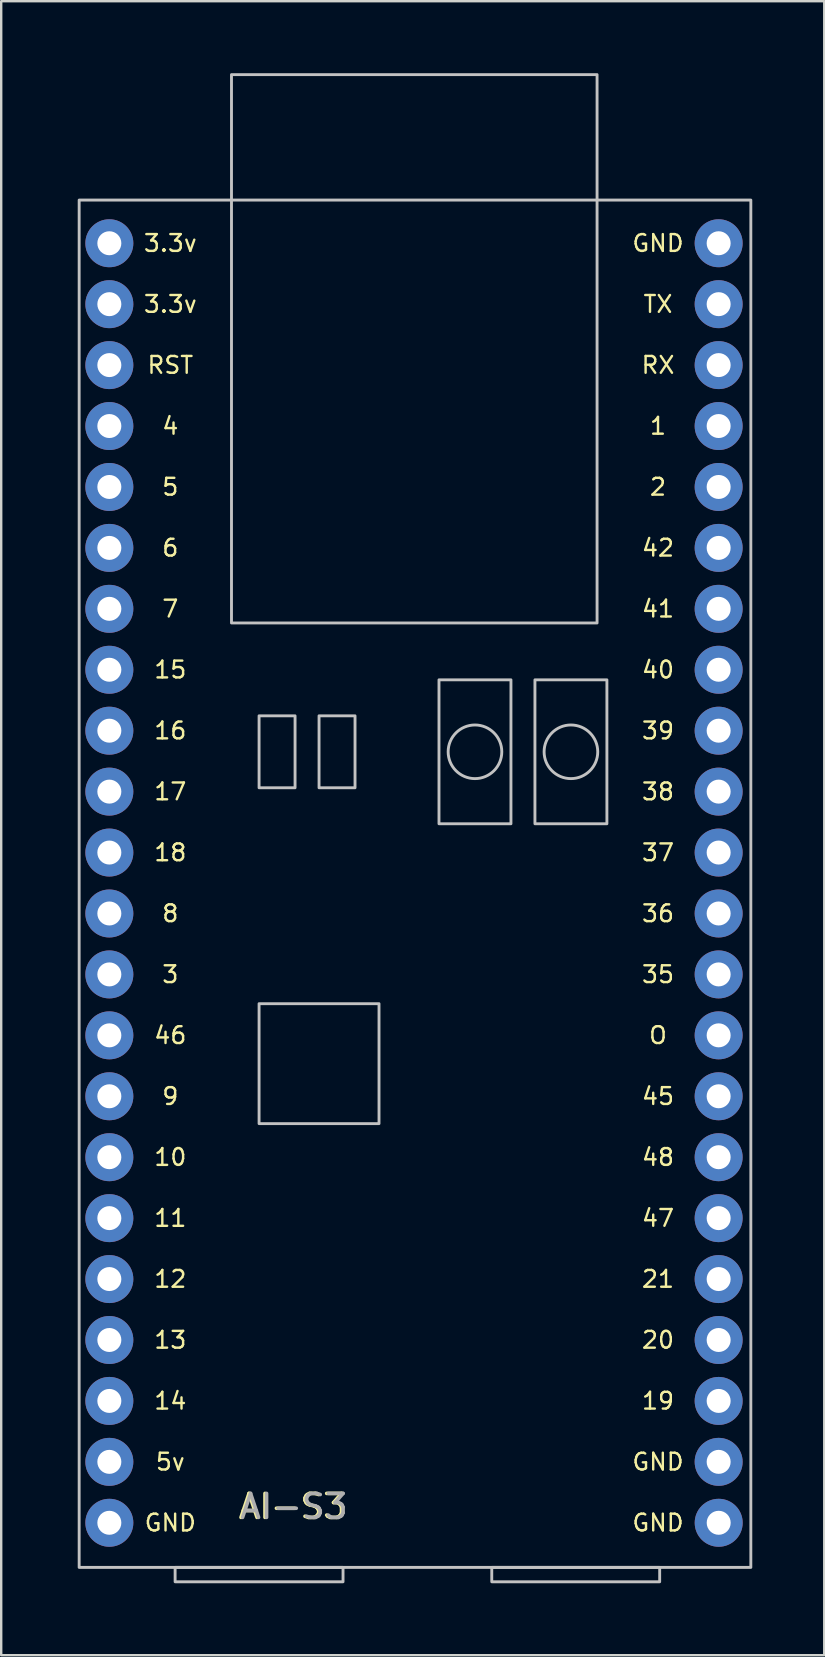
<source format=kicad_pcb>
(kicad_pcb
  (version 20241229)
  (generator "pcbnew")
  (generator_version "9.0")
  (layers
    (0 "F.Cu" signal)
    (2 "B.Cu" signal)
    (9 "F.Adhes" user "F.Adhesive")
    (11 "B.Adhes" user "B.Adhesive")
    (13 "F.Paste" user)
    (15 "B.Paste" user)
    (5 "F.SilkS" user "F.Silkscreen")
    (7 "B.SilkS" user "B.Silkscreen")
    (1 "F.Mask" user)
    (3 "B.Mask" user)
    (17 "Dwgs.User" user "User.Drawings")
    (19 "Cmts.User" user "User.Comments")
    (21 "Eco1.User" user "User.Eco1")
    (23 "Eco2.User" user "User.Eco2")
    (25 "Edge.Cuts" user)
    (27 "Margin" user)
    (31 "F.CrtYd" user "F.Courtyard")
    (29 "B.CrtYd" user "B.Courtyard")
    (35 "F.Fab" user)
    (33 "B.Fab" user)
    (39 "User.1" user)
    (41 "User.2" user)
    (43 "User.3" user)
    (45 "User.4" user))
  (footprint "AI-S3"
    (layer "F.Cu")
    (at 0.25 62.29)
    (property "Reference" "AI-S3" (at 8.89 -2.54 0) (unlocked yes) (layer "F.SilkS") (effects (font (size 1 1) (thickness 0.15))))
    (attr smd)
    (fp_rect (start 0 0) (end 28 -57) (stroke (width 0.12) (type solid)) (fill no) (layer "Dwgs.User"))
    (fp_rect (start 4 0.6) (end 11 0) (stroke (width 0.12) (type solid)) (fill no) (layer "Dwgs.User"))
    (fp_rect (start 6.35 -39.37) (end 21.59 -62.23) (stroke (width 0.12) (type solid)) (fill no) (layer "Dwgs.User"))
    (fp_rect (start 7.5 -35.5) (end 9 -32.5) (stroke (width 0.12) (type solid)) (fill no) (layer "Dwgs.User"))
    (fp_rect (start 7.5 -23.5) (end 12.5 -18.5) (stroke (width 0.12) (type solid)) (fill no) (layer "Dwgs.User"))
    (fp_rect (start 10 -35.5) (end 11.5 -32.5) (stroke (width 0.12) (type solid)) (fill no) (layer "Dwgs.User"))
    (fp_rect (start 17.2 0.6) (end 24.2 0) (stroke (width 0.12) (type solid)) (fill no) (layer "Dwgs.User"))
    (fp_rect (start 18 -37) (end 15 -31) (stroke (width 0.12) (type solid)) (fill no) (layer "Dwgs.User"))
    (fp_rect (start 22 -37) (end 19 -31) (stroke (width 0.12) (type solid)) (fill no) (layer "Dwgs.User"))
    (fp_circle (center 16.5 -34) (end 17.618 -34) (stroke (width 0.12) (type solid)) (fill no) (layer "Dwgs.User"))
    (fp_circle (center 20.5 -34) (end 21.618 -34) (stroke (width 0.12) (type solid)) (fill no) (layer "Dwgs.User"))
    (fp_text user "4" (at 3.8 -47.58 0) (unlocked yes) (layer "F.SilkS") (effects (font (size 0.7 0.7) (thickness 0.1))))
    (fp_text user "GND" (at 24.13 -4.4 0) (unlocked yes) (layer "F.SilkS") (effects (font (size 0.7 0.7) (thickness 0.1))))
    (fp_text user "40" (at 24.13 -37.42 0) (unlocked yes) (layer "F.SilkS") (effects (font (size 0.7 0.7) (thickness 0.1))))
    (fp_text user "5" (at 3.8 -45.04 0) (unlocked yes) (layer "F.SilkS") (effects (font (size 0.7 0.7) (thickness 0.1))))
    (fp_text user "3" (at 3.8 -24.72 0) (unlocked yes) (layer "F.SilkS") (effects (font (size 0.7 0.7) (thickness 0.1))))
    (fp_text user "O" (at 24.13 -22.18 0) (unlocked yes) (layer "F.SilkS") (effects (font (size 0.7 0.7) (thickness 0.1))))
    (fp_text user "42" (at 24.13 -42.5 0) (unlocked yes) (layer "F.SilkS") (effects (font (size 0.7 0.7) (thickness 0.1))))
    (fp_text user "13" (at 3.8 -9.48 0) (unlocked yes) (layer "F.SilkS") (effects (font (size 0.7 0.7) (thickness 0.1))))
    (fp_text user "10" (at 3.8 -17.1 0) (unlocked yes) (layer "F.SilkS") (effects (font (size 0.7 0.7) (thickness 0.1))))
    (fp_text user "18" (at 3.8 -29.8 0) (unlocked yes) (layer "F.SilkS") (effects (font (size 0.7 0.7) (thickness 0.1))))
    (fp_text user "GND" (at 24.13 -1.86 0) (unlocked yes) (layer "F.SilkS") (effects (font (size 0.7 0.7) (thickness 0.1))))
    (fp_text user "15" (at 3.8 -37.42 0) (unlocked yes) (layer "F.SilkS") (effects (font (size 0.7 0.7) (thickness 0.1))))
    (fp_text user "3.3v" (at 3.8 -52.66 0) (unlocked yes) (layer "F.SilkS") (effects (font (size 0.7 0.7) (thickness 0.1))))
    (fp_text user "5v" (at 3.8 -4.4 0) (unlocked yes) (layer "F.SilkS") (effects (font (size 0.7 0.7) (thickness 0.1))))
    (fp_text user "36" (at 24.13 -27.26 0) (unlocked yes) (layer "F.SilkS") (effects (font (size 0.7 0.7) (thickness 0.1))))
    (fp_text user "1" (at 24.13 -47.58 0) (unlocked yes) (layer "F.SilkS") (effects (font (size 0.7 0.7) (thickness 0.1))))
    (fp_text user "19" (at 24.13 -6.94 0) (unlocked yes) (layer "F.SilkS") (effects (font (size 0.7 0.7) (thickness 0.1))))
    (fp_text user "11" (at 3.8 -14.56 0) (unlocked yes) (layer "F.SilkS") (effects (font (size 0.7 0.7) (thickness 0.1))))
    (fp_text user "41" (at 24.13 -39.96 0) (unlocked yes) (layer "F.SilkS") (effects (font (size 0.7 0.7) (thickness 0.1))))
    (fp_text user "6" (at 3.8 -42.5 0) (unlocked yes) (layer "F.SilkS") (effects (font (size 0.7 0.7) (thickness 0.1))))
    (fp_text user "21" (at 24.13 -12.02 0) (unlocked yes) (layer "F.SilkS") (effects (font (size 0.7 0.7) (thickness 0.1))))
    (fp_text user "48" (at 24.13 -17.1 0) (unlocked yes) (layer "F.SilkS") (effects (font (size 0.7 0.7) (thickness 0.1))))
    (fp_text user "12" (at 3.8 -12.02 0) (unlocked yes) (layer "F.SilkS") (effects (font (size 0.7 0.7) (thickness 0.1))))
    (fp_text user "2" (at 24.13 -45.04 0) (unlocked yes) (layer "F.SilkS") (effects (font (size 0.7 0.7) (thickness 0.1))))
    (fp_text user "RST" (at 3.8 -50.12 0) (unlocked yes) (layer "F.SilkS") (effects (font (size 0.7 0.7) (thickness 0.1))))
    (fp_text user "35" (at 24.13 -24.72 0) (unlocked yes) (layer "F.SilkS") (effects (font (size 0.7 0.7) (thickness 0.1))))
    (fp_text user "20" (at 24.13 -9.48 0) (unlocked yes) (layer "F.SilkS") (effects (font (size 0.7 0.7) (thickness 0.1))))
    (fp_text user "GND" (at 24.13 -55.2 0) (unlocked yes) (layer "F.SilkS") (effects (font (size 0.7 0.7) (thickness 0.1))))
    (fp_text user "GND" (at 3.8 -1.86 0) (unlocked yes) (layer "F.SilkS") (effects (font (size 0.7 0.7) (thickness 0.1))))
    (fp_text user "RX" (at 24.13 -50.12 0) (unlocked yes) (layer "F.SilkS") (effects (font (size 0.7 0.7) (thickness 0.1))))
    (fp_text user "46" (at 3.8 -22.18 0) (unlocked yes) (layer "F.SilkS") (effects (font (size 0.7 0.7) (thickness 0.1))))
    (fp_text user "17" (at 3.8 -32.34 0) (unlocked yes) (layer "F.SilkS") (effects (font (size 0.7 0.7) (thickness 0.1))))
    (fp_text user "16" (at 3.8 -34.88 0) (unlocked yes) (layer "F.SilkS") (effects (font (size 0.7 0.7) (thickness 0.1))))
    (fp_text user "TX" (at 24.13 -52.66 0) (unlocked yes) (layer "F.SilkS") (effects (font (size 0.7 0.7) (thickness 0.1))))
    (fp_text user "39" (at 24.13 -34.88 0) (unlocked yes) (layer "F.SilkS") (effects (font (size 0.7 0.7) (thickness 0.1))))
    (fp_text user "9" (at 3.8 -19.64 0) (unlocked yes) (layer "F.SilkS") (effects (font (size 0.7 0.7) (thickness 0.1))))
    (fp_text user "38" (at 24.13 -32.34 0) (unlocked yes) (layer "F.SilkS") (effects (font (size 0.7 0.7) (thickness 0.1))))
    (fp_text user "45" (at 24.13 -19.64 0) (unlocked yes) (layer "F.SilkS") (effects (font (size 0.7 0.7) (thickness 0.1))))
    (fp_text user "8" (at 3.8 -27.26 0) (unlocked yes) (layer "F.SilkS") (effects (font (size 0.7 0.7) (thickness 0.1))))
    (fp_text user "47" (at 24.13 -14.56 0) (unlocked yes) (layer "F.SilkS") (effects (font (size 0.7 0.7) (thickness 0.1))))
    (fp_text user "37" (at 24.13 -29.8 0) (unlocked yes) (layer "F.SilkS") (effects (font (size 0.7 0.7) (thickness 0.1))))
    (fp_text user "3.3v" (at 3.8 -55.2 0) (unlocked yes) (layer "F.SilkS") (effects (font (size 0.7 0.7) (thickness 0.1))))
    (fp_text user "7" (at 3.8 -39.96 0) (unlocked yes) (layer "F.SilkS") (effects (font (size 0.7 0.7) (thickness 0.1))))
    (fp_text user "14" (at 3.8 -6.94 0) (unlocked yes) (layer "F.SilkS") (effects (font (size 0.7 0.7) (thickness 0.1))))
    (fp_text user "${REFERENCE}" (at 8.955 -2.54 0) (unlocked yes) (layer "F.Fab") (effects (font (size 1 1) (thickness 0.15))))
    (pad "1" thru_hole circle (at 1.258 -55.2) (size 2 2) (drill 1) (layers "*.Cu" "*.Mask"))
    (pad "2" thru_hole circle (at 1.258 -52.66) (size 2 2) (drill 1) (layers "*.Cu" "*.Mask"))
    (pad "3" thru_hole circle (at 1.258 -50.12) (size 2 2) (drill 1) (layers "*.Cu" "*.Mask"))
    (pad "4" thru_hole circle (at 1.258 -47.58) (size 2 2) (drill 1) (layers "*.Cu" "*.Mask"))
    (pad "5" thru_hole circle (at 1.258 -45.04) (size 2 2) (drill 1) (layers "*.Cu" "*.Mask"))
    (pad "6" thru_hole circle (at 1.258 -42.5) (size 2 2) (drill 1) (layers "*.Cu" "*.Mask"))
    (pad "7" thru_hole circle (at 1.258 -39.96) (size 2 2) (drill 1) (layers "*.Cu" "*.Mask"))
    (pad "8" thru_hole circle (at 1.258 -37.42) (size 2 2) (drill 1) (layers "*.Cu" "*.Mask"))
    (pad "9" thru_hole circle (at 1.258 -34.88) (size 2 2) (drill 1) (layers "*.Cu" "*.Mask"))
    (pad "10" thru_hole circle (at 1.258 -32.34) (size 2 2) (drill 1) (layers "*.Cu" "*.Mask"))
    (pad "11" thru_hole circle (at 1.258 -29.8) (size 2 2) (drill 1) (layers "*.Cu" "*.Mask"))
    (pad "12" thru_hole circle (at 1.258 -27.26) (size 2 2) (drill 1) (layers "*.Cu" "*.Mask"))
    (pad "13" thru_hole circle (at 1.258 -24.72) (size 2 2) (drill 1) (layers "*.Cu" "*.Mask"))
    (pad "14" thru_hole circle (at 1.258 -22.18) (size 2 2) (drill 1) (layers "*.Cu" "*.Mask"))
    (pad "15" thru_hole circle (at 1.258 -19.64) (size 2 2) (drill 1) (layers "*.Cu" "*.Mask"))
    (pad "16" thru_hole circle (at 1.258 -17.1) (size 2 2) (drill 1) (layers "*.Cu" "*.Mask"))
    (pad "17" thru_hole circle (at 1.258 -14.56) (size 2 2) (drill 1) (layers "*.Cu" "*.Mask"))
    (pad "18" thru_hole circle (at 1.258 -12.02) (size 2 2) (drill 1) (layers "*.Cu" "*.Mask"))
    (pad "19" thru_hole circle (at 1.258 -9.48) (size 2 2) (drill 1) (layers "*.Cu" "*.Mask"))
    (pad "20" thru_hole circle (at 1.258 -6.94) (size 2 2) (drill 1) (layers "*.Cu" "*.Mask"))
    (pad "21" thru_hole circle (at 1.258 -4.4) (size 2 2) (drill 1) (layers "*.Cu" "*.Mask"))
    (pad "22" thru_hole circle (at 1.258 -1.86) (size 2 2) (drill 1) (layers "*.Cu" "*.Mask"))
    (pad "23" thru_hole circle (at 26.66 -1.86) (size 2 2) (drill 1) (layers "*.Cu" "*.Mask"))
    (pad "24" thru_hole circle (at 26.658 -4.4) (size 2 2) (drill 1) (layers "*.Cu" "*.Mask"))
    (pad "25" thru_hole circle (at 26.658 -6.94) (size 2 2) (drill 1) (layers "*.Cu" "*.Mask"))
    (pad "26" thru_hole circle (at 26.658 -9.48) (size 2 2) (drill 1) (layers "*.Cu" "*.Mask"))
    (pad "27" thru_hole circle (at 26.658 -12.02) (size 2 2) (drill 1) (layers "*.Cu" "*.Mask"))
    (pad "28" thru_hole circle (at 26.658 -14.56) (size 2 2) (drill 1) (layers "*.Cu" "*.Mask"))
    (pad "29" thru_hole circle (at 26.658 -17.1) (size 2 2) (drill 1) (layers "*.Cu" "*.Mask"))
    (pad "30" thru_hole circle (at 26.658 -19.64) (size 2 2) (drill 1) (layers "*.Cu" "*.Mask"))
    (pad "31" thru_hole circle (at 26.658 -22.18) (size 2 2) (drill 1) (layers "*.Cu" "*.Mask"))
    (pad "32" thru_hole circle (at 26.658 -24.72) (size 2 2) (drill 1) (layers "*.Cu" "*.Mask"))
    (pad "33" thru_hole circle (at 26.658 -27.26) (size 2 2) (drill 1) (layers "*.Cu" "*.Mask"))
    (pad "34" thru_hole circle (at 26.658 -29.8) (size 2 2) (drill 1) (layers "*.Cu" "*.Mask"))
    (pad "35" thru_hole circle (at 26.658 -32.34) (size 2 2) (drill 1) (layers "*.Cu" "*.Mask"))
    (pad "36" thru_hole circle (at 26.658 -34.88) (size 2 2) (drill 1) (layers "*.Cu" "*.Mask"))
    (pad "37" thru_hole circle (at 26.658 -37.42) (size 2 2) (drill 1) (layers "*.Cu" "*.Mask"))
    (pad "38" thru_hole circle (at 26.658 -39.96) (size 2 2) (drill 1) (layers "*.Cu" "*.Mask"))
    (pad "39" thru_hole circle (at 26.658 -42.5) (size 2 2) (drill 1) (layers "*.Cu" "*.Mask"))
    (pad "40" thru_hole circle (at 26.658 -45.04) (size 2 2) (drill 1) (layers "*.Cu" "*.Mask"))
    (pad "41" thru_hole circle (at 26.658 -47.58) (size 2 2) (drill 1) (layers "*.Cu" "*.Mask"))
    (pad "42" thru_hole circle (at 26.658 -50.12) (size 2 2) (drill 1) (layers "*.Cu" "*.Mask"))
    (pad "43" thru_hole circle (at 26.658 -52.66) (size 2 2) (drill 1) (layers "*.Cu" "*.Mask"))
    (pad "44" thru_hole circle (at 26.658 -55.2) (size 2 2) (drill 1) (layers "*.Cu" "*.Mask")))
  (gr_rect
    (start -3 -3)
    (end 31.31 65.95)
    (stroke (width 0.1) (type default))
    (fill no)
    (layer "Edge.Cuts")))
</source>
